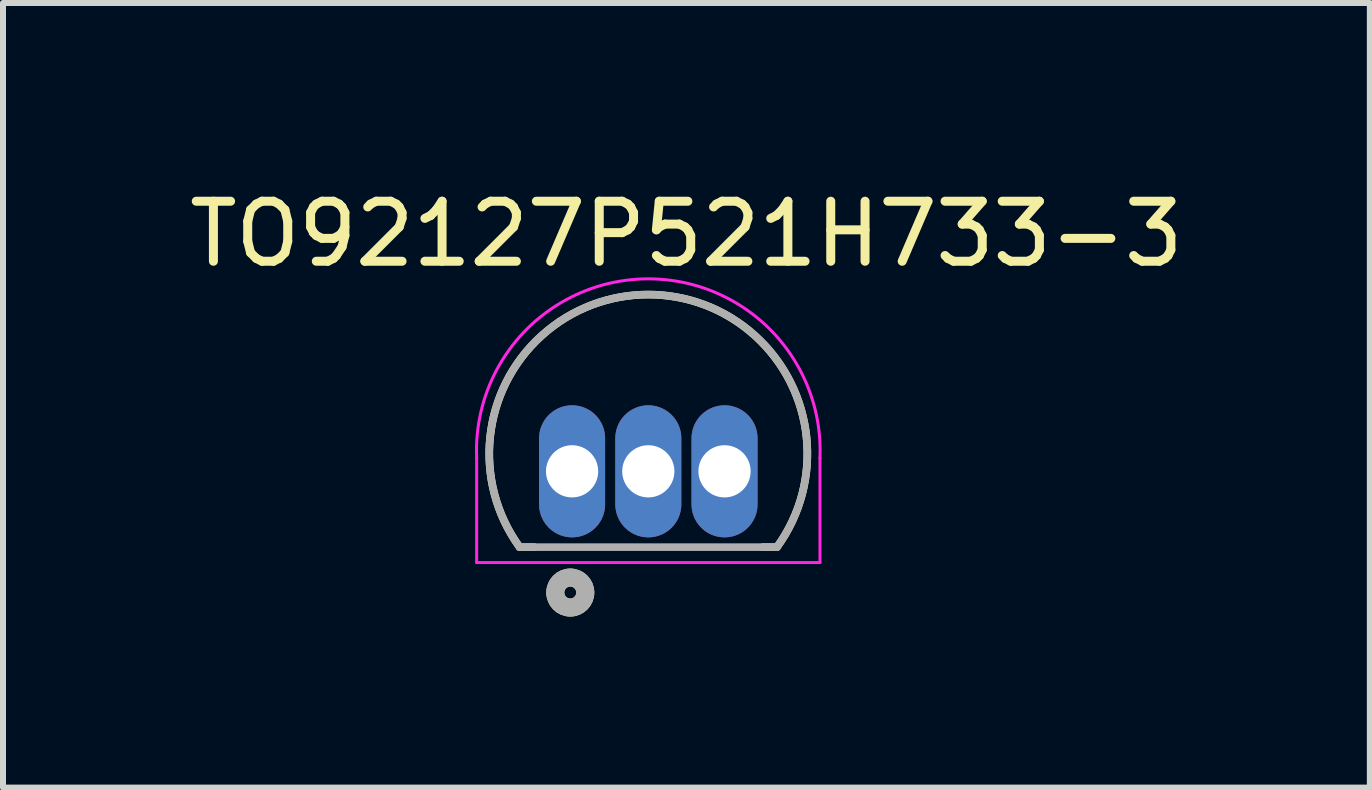
<source format=kicad_pcb>
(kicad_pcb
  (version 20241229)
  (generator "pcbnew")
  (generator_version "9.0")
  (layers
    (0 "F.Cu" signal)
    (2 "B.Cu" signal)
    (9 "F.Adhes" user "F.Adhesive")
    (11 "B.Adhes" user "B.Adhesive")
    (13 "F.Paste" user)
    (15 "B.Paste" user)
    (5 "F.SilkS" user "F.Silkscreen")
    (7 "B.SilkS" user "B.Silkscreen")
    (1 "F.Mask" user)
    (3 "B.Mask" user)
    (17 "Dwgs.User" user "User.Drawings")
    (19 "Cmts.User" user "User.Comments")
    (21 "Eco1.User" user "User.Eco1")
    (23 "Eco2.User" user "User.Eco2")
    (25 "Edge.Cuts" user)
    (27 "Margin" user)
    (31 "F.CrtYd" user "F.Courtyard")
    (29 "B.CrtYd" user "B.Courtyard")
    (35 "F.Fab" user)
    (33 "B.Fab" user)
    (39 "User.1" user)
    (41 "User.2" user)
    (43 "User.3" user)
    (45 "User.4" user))
  (footprint "TO92127P521H733-3"
    (layer "F.Cu")
    (at 7.752 4.023)
    (property "Reference" "TO92127P521H733-3" (at 0.635 -3.175 0) (layer "F.SilkS") (effects (font (size 1 1) (thickness 0.15))))
    (attr through_hole)
    (fp_line (start -2.144 2.043) (end -1.9 2.043) (stroke (width 0.127) (type solid)) (layer "F.SilkS"))
    (fp_line (start 1.906 2.043) (end 2.144 2.043) (stroke (width 0.127) (type solid)) (layer "F.SilkS"))
    (fp_arc (start -2.144 2.043) (mid 0 -2.164837) (end 2.144 2.043) (stroke (width 0.127) (type solid)) (layer "F.SilkS"))
    (fp_circle (center -1.3 2.8) (end -1.2 2.8) (stroke (width 0.3) (type solid)) (fill no) (layer "F.SilkS"))
    (fp_line (start -2.86 2.3) (end -2.86 0.563) (stroke (width 0.05) (type solid)) (layer "F.CrtYd"))
    (fp_line (start -2.86 2.3) (end 2.86 2.3) (stroke (width 0.05) (type solid)) (layer "F.CrtYd"))
    (fp_line (start 2.86 2.3) (end 2.86 0.563) (stroke (width 0.05) (type solid)) (layer "F.CrtYd"))
    (fp_arc (start -2.86 0.560001) (mid 0 -2.427595) (end 2.86 0.56) (stroke (width 0.05) (type solid)) (layer "F.CrtYd"))
    (fp_line (start -2.144 2.043) (end 2.144 2.043) (stroke (width 0.127) (type solid)) (layer "F.Fab"))
    (fp_arc (start -2.144 2.043) (mid 0 -2.164837) (end 2.144 2.043) (stroke (width 0.127) (type solid)) (layer "F.Fab"))
    (fp_circle (center -1.3 2.8) (end -1.2 2.8) (stroke (width 0.3) (type solid)) (fill no) (layer "F.Fab"))
    (pad "1" thru_hole oval (at -1.27 0.78) (size 1.1 2.2) (drill 0.87) (layers "*.Cu" "*.Mask"))
    (pad "2" thru_hole oval (at 0 0.78) (size 1.1 2.2) (drill 0.87) (layers "*.Cu" "*.Mask"))
    (pad "3" thru_hole oval (at 1.27 0.78) (size 1.1 2.2) (drill 0.87) (layers "*.Cu" "*.Mask")))
  (gr_rect
    (start -3 -3)
    (end 19.774 10.073)
    (stroke (width 0.1) (type default))
    (fill no)
    (layer "Edge.Cuts")))
</source>
